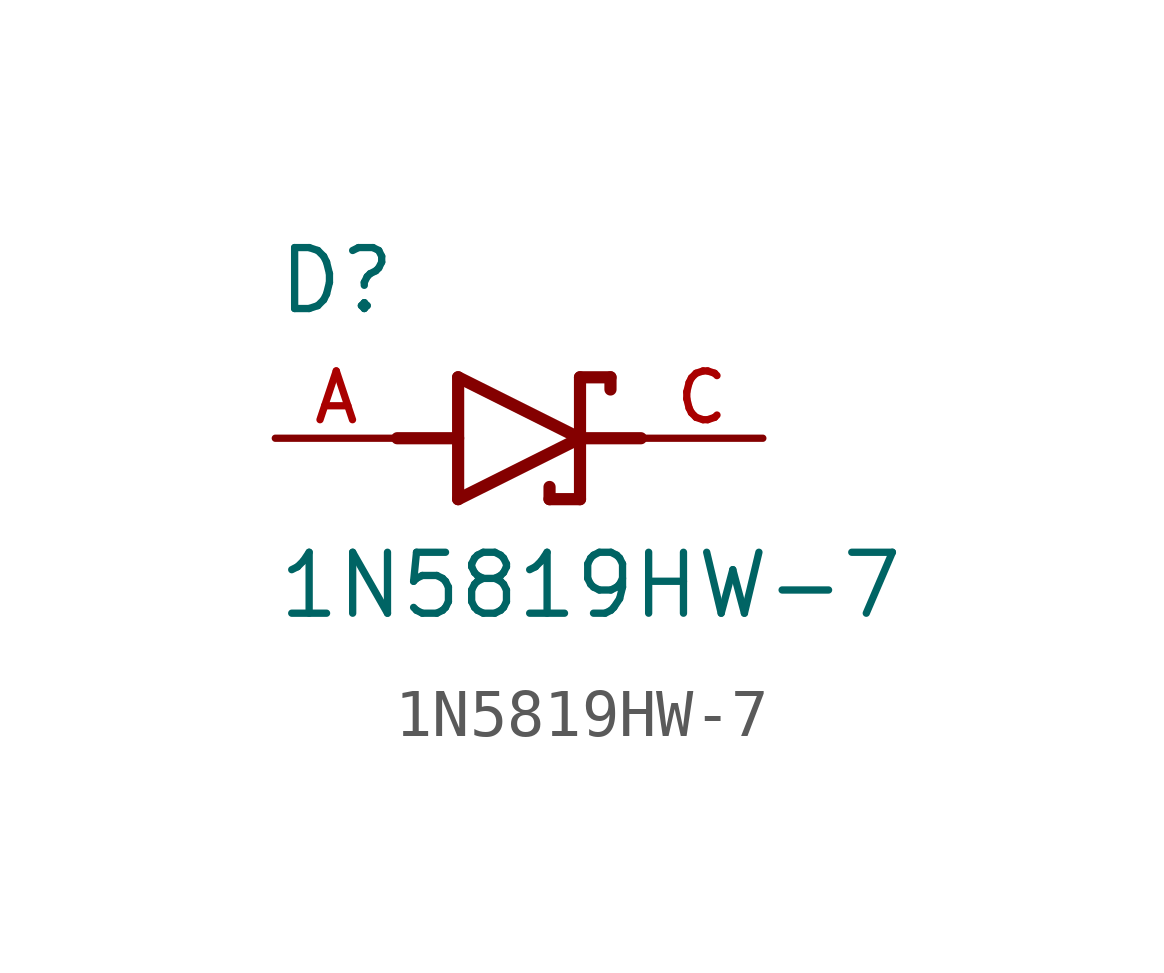
<source format=kicad_sym>
(kicad_symbol_lib
  (version 20241209)
  (generator "kicad_symbol_editor")
  (generator_version "9.0")
  (symbol "1N5819HW-7"
    (pin_names
      (offset 1.016))
    (property "Reference" "D"
      (at -5.08 2.54 0)
      (effects (font (size 1.27 1.27)) (justify left bottom)))
    (property "Value" "1N5819HW-7"
      (at -5.08 -3.81 0)
      (effects (font (size 1.27 1.27)) (justify left bottom)))
    (symbol "1N5819HW-7_0_0"
      (polyline (pts (xy -2.54 0) (xy -1.27 0)) (stroke (width 0.254) (type default)) (fill (type none)))
      (polyline (pts (xy -1.27 1.27) (xy -1.27 -1.27)) (stroke (width 0.254) (type default)) (fill (type none)))
      (polyline (pts (xy -1.27 -1.27) (xy 1.27 0)) (stroke (width 0.254) (type default)) (fill (type none)))
      (polyline (pts (xy 0.635 -1.016) (xy 0.635 -1.27)) (stroke (width 0.254) (type default)) (fill (type none)))
      (polyline (pts (xy 1.27 1.27) (xy 1.27 -1.27)) (stroke (width 0.254) (type default)) (fill (type none)))
      (polyline (pts (xy 1.27 0) (xy -1.27 1.27)) (stroke (width 0.254) (type default)) (fill (type none)))
      (polyline (pts (xy 1.27 -1.27) (xy 0.635 -1.27)) (stroke (width 0.254) (type default)) (fill (type none)))
      (polyline (pts (xy 1.905 1.27) (xy 1.27 1.27)) (stroke (width 0.254) (type default)) (fill (type none)))
      (polyline (pts (xy 1.905 1.27) (xy 1.905 1.016)) (stroke (width 0.254) (type default)) (fill (type none)))
      (polyline (pts (xy 2.54 0) (xy 1.27 0)) (stroke (width 0.254) (type default)) (fill (type none)))
      (pin passive line (at -5.08 0 0) (length 2.54) (name "~" (effects (font (size 1.016 1.016)))) (number "A" (effects (font (size 1.016 1.016)))))
      (pin passive line (at 5.08 0 180) (length 2.54) (name "~" (effects (font (size 1.016 1.016)))) (number "C" (effects (font (size 1.016 1.016))))))))
</source>
